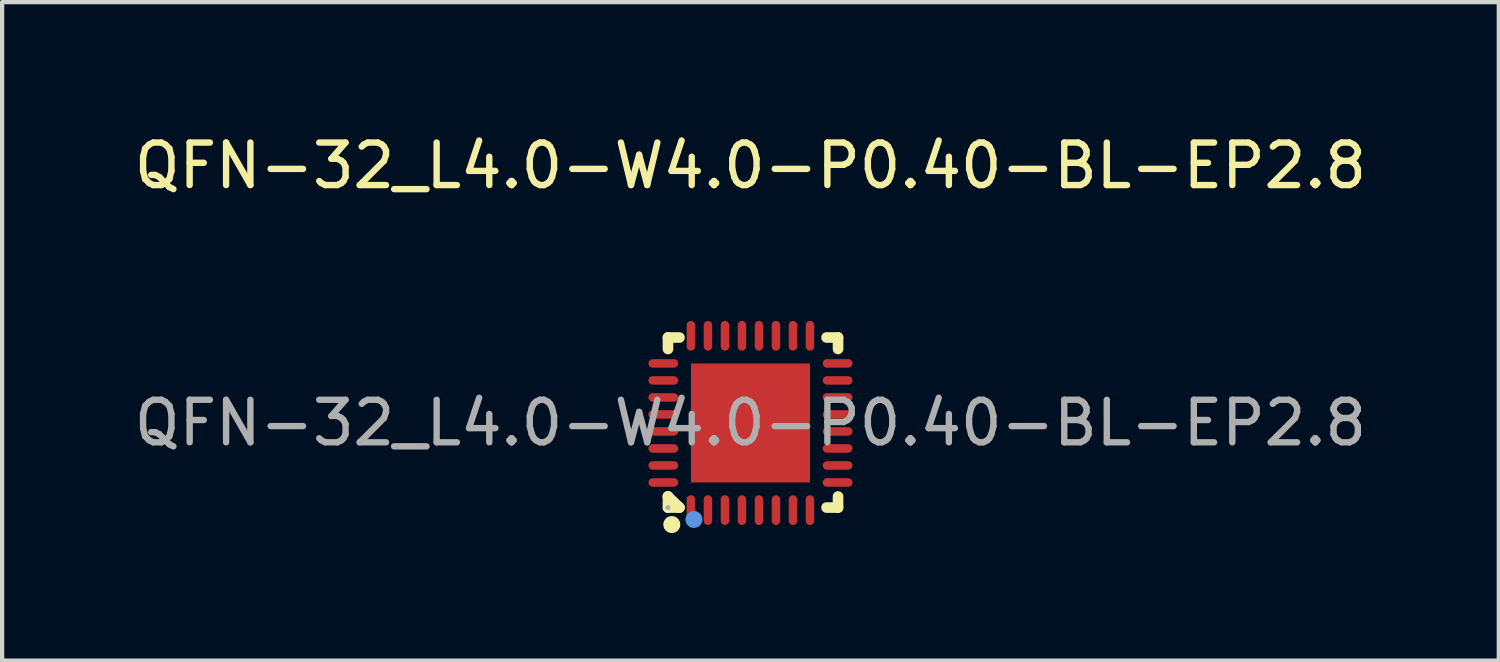
<source format=kicad_pcb>
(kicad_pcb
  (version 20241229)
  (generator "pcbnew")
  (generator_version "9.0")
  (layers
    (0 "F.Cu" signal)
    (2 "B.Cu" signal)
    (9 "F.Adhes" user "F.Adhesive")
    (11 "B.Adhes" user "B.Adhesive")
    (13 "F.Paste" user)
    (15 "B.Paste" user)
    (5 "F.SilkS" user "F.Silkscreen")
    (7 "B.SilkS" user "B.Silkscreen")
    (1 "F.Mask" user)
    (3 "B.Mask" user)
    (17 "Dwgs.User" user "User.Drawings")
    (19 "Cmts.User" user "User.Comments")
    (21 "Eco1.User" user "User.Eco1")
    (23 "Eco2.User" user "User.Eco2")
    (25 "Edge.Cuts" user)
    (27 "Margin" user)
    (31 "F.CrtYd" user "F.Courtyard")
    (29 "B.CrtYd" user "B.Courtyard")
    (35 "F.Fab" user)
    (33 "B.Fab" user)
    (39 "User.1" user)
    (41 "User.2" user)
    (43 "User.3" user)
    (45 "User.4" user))
  (footprint "QFN-32_L4.0-W4.0-P0.40-BL-EP2.8"
    (layer "F.Cu")
    (at 14.601 6.898)
    (property "Reference" "QFN-32_L4.0-W4.0-P0.40-BL-EP2.8" (at 0 -6.05 0) (layer "F.SilkS") (effects (font (size 1 1) (thickness 0.15))))
    (attr smd)
    (fp_line (start -1.94 -2.01) (end -1.67 -2.01) (stroke (width 0.25) (type solid)) (layer "F.SilkS"))
    (fp_line (start -1.94 -1.74) (end -1.94 -2.01) (stroke (width 0.25) (type solid)) (layer "F.SilkS"))
    (fp_line (start -1.94 1.73) (end -1.94 1.73) (stroke (width 0.25) (type solid)) (layer "F.SilkS"))
    (fp_line (start -1.94 1.73) (end -1.67 1.99) (stroke (width 0.25) (type solid)) (layer "F.SilkS"))
    (fp_line (start -1.94 1.99) (end -1.94 1.73) (stroke (width 0.25) (type solid)) (layer "F.SilkS"))
    (fp_line (start -1.67 1.99) (end -1.94 1.99) (stroke (width 0.25) (type solid)) (layer "F.SilkS"))
    (fp_line (start 1.79 -2.01) (end 2.06 -2.01) (stroke (width 0.25) (type solid)) (layer "F.SilkS"))
    (fp_line (start 2.06 -2.01) (end 2.06 -1.74) (stroke (width 0.25) (type solid)) (layer "F.SilkS"))
    (fp_line (start 2.06 1.73) (end 2.06 1.99) (stroke (width 0.25) (type solid)) (layer "F.SilkS"))
    (fp_line (start 2.06 1.99) (end 1.79 1.99) (stroke (width 0.25) (type solid)) (layer "F.SilkS"))
    (fp_circle (center -1.85 2.39) (end -1.75 2.39) (stroke (width 0.2) (type solid)) (fill no) (layer "F.SilkS"))
    (fp_circle (center -1.33 2.27) (end -1.23 2.27) (stroke (width 0.2) (type solid)) (fill no) (layer "Cmts.User"))
    (fp_circle (center -1.94 1.99) (end -1.91 1.99) (stroke (width 0.06) (type solid)) (fill no) (layer "F.Fab"))
    (fp_text user "${REFERENCE}" (at 0 0 0) (layer "F.Fab") (effects (font (size 1 1) (thickness 0.15))))
    (pad "1" smd oval (at -1.4 2.05) (size 0.2 0.7) (layers "F.Cu" "F.Mask" "F.Paste"))
    (pad "2" smd oval (at -1 2.05) (size 0.2 0.7) (layers "F.Cu" "F.Mask" "F.Paste"))
    (pad "3" smd oval (at -0.6 2.05) (size 0.2 0.7) (layers "F.Cu" "F.Mask" "F.Paste"))
    (pad "4" smd oval (at -0.2 2.05) (size 0.2 0.7) (layers "F.Cu" "F.Mask" "F.Paste"))
    (pad "5" smd oval (at 0.2 2.05) (size 0.2 0.7) (layers "F.Cu" "F.Mask" "F.Paste"))
    (pad "6" smd oval (at 0.6 2.05) (size 0.2 0.7) (layers "F.Cu" "F.Mask" "F.Paste"))
    (pad "7" smd oval (at 1 2.05) (size 0.2 0.7) (layers "F.Cu" "F.Mask" "F.Paste"))
    (pad "8" smd oval (at 1.4 2.05) (size 0.2 0.7) (layers "F.Cu" "F.Mask" "F.Paste"))
    (pad "9" smd oval (at 2.05 1.4) (size 0.7 0.2) (layers "F.Cu" "F.Mask" "F.Paste"))
    (pad "10" smd oval (at 2.05 1) (size 0.7 0.2) (layers "F.Cu" "F.Mask" "F.Paste"))
    (pad "11" smd oval (at 2.05 0.6) (size 0.7 0.2) (layers "F.Cu" "F.Mask" "F.Paste"))
    (pad "12" smd oval (at 2.05 0.2) (size 0.7 0.2) (layers "F.Cu" "F.Mask" "F.Paste"))
    (pad "13" smd oval (at 2.05 -0.2) (size 0.7 0.2) (layers "F.Cu" "F.Mask" "F.Paste"))
    (pad "14" smd oval (at 2.05 -0.6) (size 0.7 0.2) (layers "F.Cu" "F.Mask" "F.Paste"))
    (pad "15" smd oval (at 2.05 -1) (size 0.7 0.2) (layers "F.Cu" "F.Mask" "F.Paste"))
    (pad "16" smd oval (at 2.05 -1.4) (size 0.7 0.2) (layers "F.Cu" "F.Mask" "F.Paste"))
    (pad "17" smd oval (at 1.4 -2.05) (size 0.2 0.7) (layers "F.Cu" "F.Mask" "F.Paste"))
    (pad "18" smd oval (at 1 -2.05) (size 0.2 0.7) (layers "F.Cu" "F.Mask" "F.Paste"))
    (pad "19" smd oval (at 0.6 -2.05) (size 0.2 0.7) (layers "F.Cu" "F.Mask" "F.Paste"))
    (pad "20" smd oval (at 0.2 -2.05) (size 0.2 0.7) (layers "F.Cu" "F.Mask" "F.Paste"))
    (pad "21" smd oval (at -0.2 -2.05) (size 0.2 0.7) (layers "F.Cu" "F.Mask" "F.Paste"))
    (pad "22" smd oval (at -0.6 -2.05) (size 0.2 0.7) (layers "F.Cu" "F.Mask" "F.Paste"))
    (pad "23" smd oval (at -1 -2.05) (size 0.2 0.7) (layers "F.Cu" "F.Mask" "F.Paste"))
    (pad "24" smd oval (at -1.4 -2.05) (size 0.2 0.7) (layers "F.Cu" "F.Mask" "F.Paste"))
    (pad "25" smd oval (at -2.05 -1.4) (size 0.7 0.2) (layers "F.Cu" "F.Mask" "F.Paste"))
    (pad "26" smd oval (at -2.05 -1) (size 0.7 0.2) (layers "F.Cu" "F.Mask" "F.Paste"))
    (pad "27" smd oval (at -2.05 -0.6) (size 0.7 0.2) (layers "F.Cu" "F.Mask" "F.Paste"))
    (pad "28" smd oval (at -2.05 -0.2) (size 0.7 0.2) (layers "F.Cu" "F.Mask" "F.Paste"))
    (pad "29" smd oval (at -2.05 0.2) (size 0.7 0.2) (layers "F.Cu" "F.Mask" "F.Paste"))
    (pad "30" smd oval (at -2.05 0.6) (size 0.7 0.2) (layers "F.Cu" "F.Mask" "F.Paste"))
    (pad "31" smd oval (at -2.05 1) (size 0.7 0.2) (layers "F.Cu" "F.Mask" "F.Paste"))
    (pad "32" smd oval (at -2.05 1.4) (size 0.7 0.2) (layers "F.Cu" "F.Mask" "F.Paste"))
    (pad "33" smd rect (at 0 0) (size 2.8 2.8) (layers "F.Cu" "F.Mask" "F.Paste")))
  (gr_rect
    (start -3 -3)
    (end 32.202 12.488)
    (stroke (width 0.1) (type default))
    (fill no)
    (layer "Edge.Cuts")))
</source>
